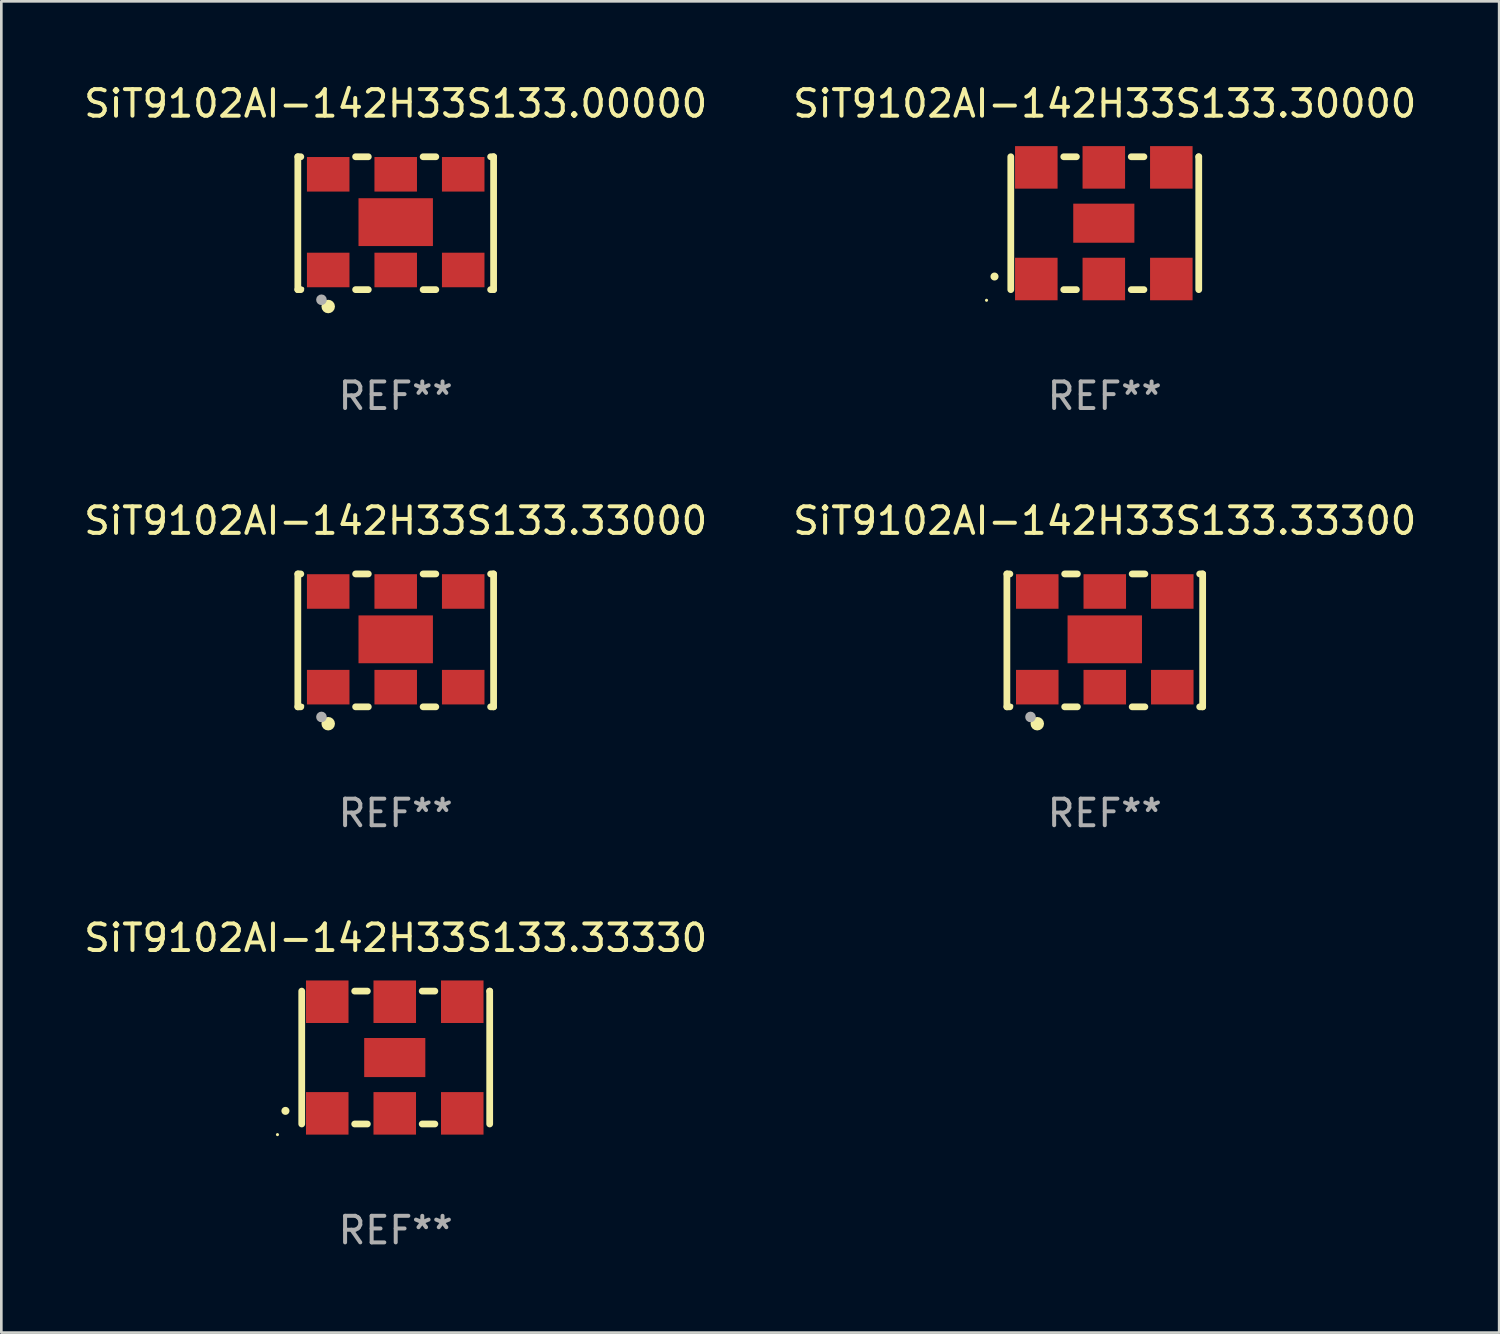
<source format=kicad_pcb>
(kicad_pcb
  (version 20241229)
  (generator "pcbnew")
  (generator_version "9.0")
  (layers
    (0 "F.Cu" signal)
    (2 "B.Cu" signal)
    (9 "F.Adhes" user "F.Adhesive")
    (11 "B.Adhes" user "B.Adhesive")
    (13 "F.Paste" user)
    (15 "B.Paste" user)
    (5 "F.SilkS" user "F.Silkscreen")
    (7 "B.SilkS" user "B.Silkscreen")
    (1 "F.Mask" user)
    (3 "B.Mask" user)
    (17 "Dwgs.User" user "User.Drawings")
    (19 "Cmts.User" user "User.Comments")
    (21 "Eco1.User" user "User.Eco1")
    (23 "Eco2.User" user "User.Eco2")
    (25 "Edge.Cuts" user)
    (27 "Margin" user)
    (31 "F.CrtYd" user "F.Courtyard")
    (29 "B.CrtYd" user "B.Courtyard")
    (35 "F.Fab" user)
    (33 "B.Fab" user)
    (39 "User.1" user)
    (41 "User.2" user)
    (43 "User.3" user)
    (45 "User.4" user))
  (footprint "SiT9102AI-142H33S133.00000"
    (layer "F.Cu")
    (at 11.839 5.348)
    (property "Reference" "SiT9102AI-142H33S133.00000" (at 0 -4.5 0) (layer "F.SilkS") (effects (font (size 1 1) (thickness 0.15))))
    (attr through_hole)
    (fp_line (start -3.683 -2.5) (end -3.571 -2.5) (stroke (width 0.254) (type solid)) (layer "F.SilkS"))
    (fp_line (start -3.683 2.5) (end -3.683 -2.5) (stroke (width 0.254) (type solid)) (layer "F.SilkS"))
    (fp_line (start -3.683 2.5) (end -3.571 2.5) (stroke (width 0.254) (type solid)) (layer "F.SilkS"))
    (fp_line (start -1.509 -2.5) (end -1.031 -2.5) (stroke (width 0.254) (type solid)) (layer "F.SilkS"))
    (fp_line (start -1.509 2.5) (end -1.031 2.5) (stroke (width 0.254) (type solid)) (layer "F.SilkS"))
    (fp_line (start 1.031 -2.5) (end 1.509 -2.5) (stroke (width 0.254) (type solid)) (layer "F.SilkS"))
    (fp_line (start 1.031 2.5) (end 1.509 2.5) (stroke (width 0.254) (type solid)) (layer "F.SilkS"))
    (fp_line (start 3.571 -2.5) (end 3.683 -2.5) (stroke (width 0.254) (type solid)) (layer "F.SilkS"))
    (fp_line (start 3.571 2.5) (end 3.683 2.5) (stroke (width 0.254) (type solid)) (layer "F.SilkS"))
    (fp_line (start 3.683 2.5) (end 3.683 -2.5) (stroke (width 0.254) (type solid)) (layer "F.SilkS"))
    (fp_circle (center -3.5 2.46) (end -3.47 2.46) (stroke (width 0.06) (type solid)) (fill no) (layer "F.SilkS"))
    (fp_circle (center -2.54 3.135) (end -2.413 3.135) (stroke (width 0.254) (type solid)) (fill no) (layer "F.SilkS"))
    (fp_circle (center -2.794 2.881) (end -2.694 2.881) (stroke (width 0.2) (type solid)) (fill no) (layer "F.Fab"))
    (fp_text user "REF**" (at 0 6.5 0) (layer "F.Fab") (effects (font (size 1 1) (thickness 0.15))))
    (pad "1" smd rect (at -2.54 1.76) (size 1.6 1.3) (layers "F.Cu" "F.Mask" "F.Paste"))
    (pad "2" smd rect (at 0 1.76) (size 1.6 1.3) (layers "F.Cu" "F.Mask" "F.Paste"))
    (pad "3" smd rect (at 2.54 1.76) (size 1.6 1.3) (layers "F.Cu" "F.Mask" "F.Paste"))
    (pad "4" smd rect (at 2.54 -1.84) (size 1.6 1.3) (layers "F.Cu" "F.Mask" "F.Paste"))
    (pad "5" smd rect (at 0 -1.84) (size 1.6 1.3) (layers "F.Cu" "F.Mask" "F.Paste"))
    (pad "6" smd rect (at -2.54 -1.84) (size 1.6 1.3) (layers "F.Cu" "F.Mask" "F.Paste"))
    (pad "7" smd rect (at 0 -0.04) (size 2.8 1.8) (layers "F.Cu" "F.Mask" "F.Paste")))
  (footprint "SiT9102AI-142H33S133.33300"
    (layer "F.Cu")
    (at 38.518 21.045)
    (property "Reference" "SiT9102AI-142H33S133.33300" (at 0 -4.5 0) (layer "F.SilkS") (effects (font (size 1 1) (thickness 0.15))))
    (attr through_hole)
    (fp_line (start -3.683 -2.5) (end -3.571 -2.5) (stroke (width 0.254) (type solid)) (layer "F.SilkS"))
    (fp_line (start -3.683 2.5) (end -3.683 -2.5) (stroke (width 0.254) (type solid)) (layer "F.SilkS"))
    (fp_line (start -3.683 2.5) (end -3.571 2.5) (stroke (width 0.254) (type solid)) (layer "F.SilkS"))
    (fp_line (start -1.509 -2.5) (end -1.031 -2.5) (stroke (width 0.254) (type solid)) (layer "F.SilkS"))
    (fp_line (start -1.509 2.5) (end -1.031 2.5) (stroke (width 0.254) (type solid)) (layer "F.SilkS"))
    (fp_line (start 1.031 -2.5) (end 1.509 -2.5) (stroke (width 0.254) (type solid)) (layer "F.SilkS"))
    (fp_line (start 1.031 2.5) (end 1.509 2.5) (stroke (width 0.254) (type solid)) (layer "F.SilkS"))
    (fp_line (start 3.571 -2.5) (end 3.683 -2.5) (stroke (width 0.254) (type solid)) (layer "F.SilkS"))
    (fp_line (start 3.571 2.5) (end 3.683 2.5) (stroke (width 0.254) (type solid)) (layer "F.SilkS"))
    (fp_line (start 3.683 2.5) (end 3.683 -2.5) (stroke (width 0.254) (type solid)) (layer "F.SilkS"))
    (fp_circle (center -3.5 2.46) (end -3.47 2.46) (stroke (width 0.06) (type solid)) (fill no) (layer "F.SilkS"))
    (fp_circle (center -2.54 3.135) (end -2.413 3.135) (stroke (width 0.254) (type solid)) (fill no) (layer "F.SilkS"))
    (fp_circle (center -2.794 2.881) (end -2.694 2.881) (stroke (width 0.2) (type solid)) (fill no) (layer "F.Fab"))
    (fp_text user "REF**" (at 0 6.5 0) (layer "F.Fab") (effects (font (size 1 1) (thickness 0.15))))
    (pad "1" smd rect (at -2.54 1.76) (size 1.6 1.3) (layers "F.Cu" "F.Mask" "F.Paste"))
    (pad "2" smd rect (at 0 1.76) (size 1.6 1.3) (layers "F.Cu" "F.Mask" "F.Paste"))
    (pad "3" smd rect (at 2.54 1.76) (size 1.6 1.3) (layers "F.Cu" "F.Mask" "F.Paste"))
    (pad "4" smd rect (at 2.54 -1.84) (size 1.6 1.3) (layers "F.Cu" "F.Mask" "F.Paste"))
    (pad "5" smd rect (at 0 -1.84) (size 1.6 1.3) (layers "F.Cu" "F.Mask" "F.Paste"))
    (pad "6" smd rect (at -2.54 -1.84) (size 1.6 1.3) (layers "F.Cu" "F.Mask" "F.Paste"))
    (pad "7" smd rect (at 0 -0.04) (size 2.8 1.8) (layers "F.Cu" "F.Mask" "F.Paste")))
  (footprint "SiT9102AI-142H33S133.30000"
    (layer "F.Cu")
    (at 38.518 5.348)
    (property "Reference" "SiT9102AI-142H33S133.30000" (at 0 -4.5 0) (layer "F.SilkS") (effects (font (size 1 1) (thickness 0.15))))
    (attr through_hole)
    (fp_line (start -3.536 -2.5) (end -3.536 2.5) (stroke (width 0.254) (type solid)) (layer "F.SilkS"))
    (fp_line (start -1.544 2.5) (end -1.067 2.5) (stroke (width 0.254) (type solid)) (layer "F.SilkS"))
    (fp_line (start -1.067 -2.5) (end -1.544 -2.5) (stroke (width 0.254) (type solid)) (layer "F.SilkS"))
    (fp_line (start 0.996 2.5) (end 1.473 2.5) (stroke (width 0.254) (type solid)) (layer "F.SilkS"))
    (fp_line (start 1.473 -2.5) (end 0.996 -2.5) (stroke (width 0.254) (type solid)) (layer "F.SilkS"))
    (fp_line (start 3.536 -2.5) (end 3.536 -2.5) (stroke (width 0.254) (type solid)) (layer "F.SilkS"))
    (fp_line (start 3.536 2.5) (end 3.536 -2.5) (stroke (width 0.254) (type solid)) (layer "F.SilkS"))
    (fp_arc (start -4.150432 2.006604) (mid -4.149162 2.006599) (end -4.147892 2.006604) (stroke (width 0.3) (type solid)) (layer "F.SilkS"))
    (fp_circle (center -4.449 2.9) (end -4.419 2.9) (stroke (width 0.06) (type solid)) (fill no) (layer "F.SilkS"))
    (fp_text user "REF**" (at 0 6.5 0) (layer "F.Fab") (effects (font (size 1 1) (thickness 0.15))))
    (pad "1" smd rect (at -2.576 2.1) (size 1.6 1.6) (layers "F.Cu" "F.Mask" "F.Paste"))
    (pad "2" smd rect (at -0.036 2.1) (size 1.6 1.6) (layers "F.Cu" "F.Mask" "F.Paste"))
    (pad "3" smd rect (at 2.504 2.1) (size 1.6 1.6) (layers "F.Cu" "F.Mask" "F.Paste"))
    (pad "4" smd rect (at 2.504 -2.1) (size 1.6 1.6) (layers "F.Cu" "F.Mask" "F.Paste"))
    (pad "5" smd rect (at -0.036 -2.1) (size 1.6 1.6) (layers "F.Cu" "F.Mask" "F.Paste"))
    (pad "6" smd rect (at -2.576 -2.1) (size 1.6 1.6) (layers "F.Cu" "F.Mask" "F.Paste"))
    (pad "7" smd rect (at -0.036 0) (size 2.3 1.47) (layers "F.Cu" "F.Mask" "F.Paste")))
  (footprint "SiT9102AI-142H33S133.33330"
    (layer "F.Cu")
    (at 11.839 36.741)
    (property "Reference" "SiT9102AI-142H33S133.33330" (at 0 -4.5 0) (layer "F.SilkS") (effects (font (size 1 1) (thickness 0.15))))
    (attr through_hole)
    (fp_line (start -3.536 -2.5) (end -3.536 2.5) (stroke (width 0.254) (type solid)) (layer "F.SilkS"))
    (fp_line (start -1.544 2.5) (end -1.067 2.5) (stroke (width 0.254) (type solid)) (layer "F.SilkS"))
    (fp_line (start -1.067 -2.5) (end -1.544 -2.5) (stroke (width 0.254) (type solid)) (layer "F.SilkS"))
    (fp_line (start 0.996 2.5) (end 1.473 2.5) (stroke (width 0.254) (type solid)) (layer "F.SilkS"))
    (fp_line (start 1.473 -2.5) (end 0.996 -2.5) (stroke (width 0.254) (type solid)) (layer "F.SilkS"))
    (fp_line (start 3.536 -2.5) (end 3.536 -2.5) (stroke (width 0.254) (type solid)) (layer "F.SilkS"))
    (fp_line (start 3.536 2.5) (end 3.536 -2.5) (stroke (width 0.254) (type solid)) (layer "F.SilkS"))
    (fp_arc (start -4.150432 2.006604) (mid -4.149162 2.006599) (end -4.147892 2.006604) (stroke (width 0.3) (type solid)) (layer "F.SilkS"))
    (fp_circle (center -4.449 2.9) (end -4.419 2.9) (stroke (width 0.06) (type solid)) (fill no) (layer "F.SilkS"))
    (fp_text user "REF**" (at 0 6.5 0) (layer "F.Fab") (effects (font (size 1 1) (thickness 0.15))))
    (pad "1" smd rect (at -2.576 2.1) (size 1.6 1.6) (layers "F.Cu" "F.Mask" "F.Paste"))
    (pad "2" smd rect (at -0.036 2.1) (size 1.6 1.6) (layers "F.Cu" "F.Mask" "F.Paste"))
    (pad "3" smd rect (at 2.504 2.1) (size 1.6 1.6) (layers "F.Cu" "F.Mask" "F.Paste"))
    (pad "4" smd rect (at 2.504 -2.1) (size 1.6 1.6) (layers "F.Cu" "F.Mask" "F.Paste"))
    (pad "5" smd rect (at -0.036 -2.1) (size 1.6 1.6) (layers "F.Cu" "F.Mask" "F.Paste"))
    (pad "6" smd rect (at -2.576 -2.1) (size 1.6 1.6) (layers "F.Cu" "F.Mask" "F.Paste"))
    (pad "7" smd rect (at -0.036 0) (size 2.3 1.47) (layers "F.Cu" "F.Mask" "F.Paste")))
  (footprint "SiT9102AI-142H33S133.33000"
    (layer "F.Cu")
    (at 11.839 21.045)
    (property "Reference" "SiT9102AI-142H33S133.33000" (at 0 -4.5 0) (layer "F.SilkS") (effects (font (size 1 1) (thickness 0.15))))
    (attr through_hole)
    (fp_line (start -3.683 -2.5) (end -3.571 -2.5) (stroke (width 0.254) (type solid)) (layer "F.SilkS"))
    (fp_line (start -3.683 2.5) (end -3.683 -2.5) (stroke (width 0.254) (type solid)) (layer "F.SilkS"))
    (fp_line (start -3.683 2.5) (end -3.571 2.5) (stroke (width 0.254) (type solid)) (layer "F.SilkS"))
    (fp_line (start -1.509 -2.5) (end -1.031 -2.5) (stroke (width 0.254) (type solid)) (layer "F.SilkS"))
    (fp_line (start -1.509 2.5) (end -1.031 2.5) (stroke (width 0.254) (type solid)) (layer "F.SilkS"))
    (fp_line (start 1.031 -2.5) (end 1.509 -2.5) (stroke (width 0.254) (type solid)) (layer "F.SilkS"))
    (fp_line (start 1.031 2.5) (end 1.509 2.5) (stroke (width 0.254) (type solid)) (layer "F.SilkS"))
    (fp_line (start 3.571 -2.5) (end 3.683 -2.5) (stroke (width 0.254) (type solid)) (layer "F.SilkS"))
    (fp_line (start 3.571 2.5) (end 3.683 2.5) (stroke (width 0.254) (type solid)) (layer "F.SilkS"))
    (fp_line (start 3.683 2.5) (end 3.683 -2.5) (stroke (width 0.254) (type solid)) (layer "F.SilkS"))
    (fp_circle (center -3.5 2.46) (end -3.47 2.46) (stroke (width 0.06) (type solid)) (fill no) (layer "F.SilkS"))
    (fp_circle (center -2.54 3.135) (end -2.413 3.135) (stroke (width 0.254) (type solid)) (fill no) (layer "F.SilkS"))
    (fp_circle (center -2.794 2.881) (end -2.694 2.881) (stroke (width 0.2) (type solid)) (fill no) (layer "F.Fab"))
    (fp_text user "REF**" (at 0 6.5 0) (layer "F.Fab") (effects (font (size 1 1) (thickness 0.15))))
    (pad "1" smd rect (at -2.54 1.76) (size 1.6 1.3) (layers "F.Cu" "F.Mask" "F.Paste"))
    (pad "2" smd rect (at 0 1.76) (size 1.6 1.3) (layers "F.Cu" "F.Mask" "F.Paste"))
    (pad "3" smd rect (at 2.54 1.76) (size 1.6 1.3) (layers "F.Cu" "F.Mask" "F.Paste"))
    (pad "4" smd rect (at 2.54 -1.84) (size 1.6 1.3) (layers "F.Cu" "F.Mask" "F.Paste"))
    (pad "5" smd rect (at 0 -1.84) (size 1.6 1.3) (layers "F.Cu" "F.Mask" "F.Paste"))
    (pad "6" smd rect (at -2.54 -1.84) (size 1.6 1.3) (layers "F.Cu" "F.Mask" "F.Paste"))
    (pad "7" smd rect (at 0 -0.04) (size 2.8 1.8) (layers "F.Cu" "F.Mask" "F.Paste")))
  (gr_rect
    (start -3 -3)
    (end 53.357 47.09)
    (stroke (width 0.1) (type default))
    (fill no)
    (layer "Edge.Cuts")))
</source>
